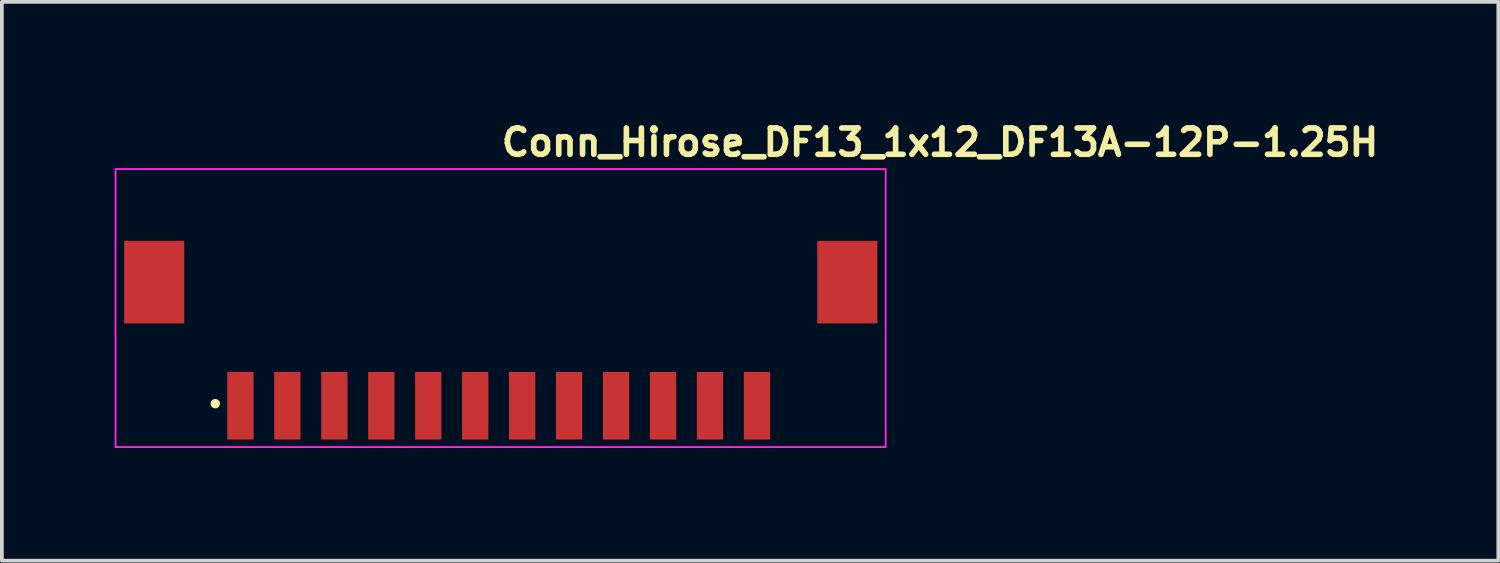
<source format=kicad_pcb>
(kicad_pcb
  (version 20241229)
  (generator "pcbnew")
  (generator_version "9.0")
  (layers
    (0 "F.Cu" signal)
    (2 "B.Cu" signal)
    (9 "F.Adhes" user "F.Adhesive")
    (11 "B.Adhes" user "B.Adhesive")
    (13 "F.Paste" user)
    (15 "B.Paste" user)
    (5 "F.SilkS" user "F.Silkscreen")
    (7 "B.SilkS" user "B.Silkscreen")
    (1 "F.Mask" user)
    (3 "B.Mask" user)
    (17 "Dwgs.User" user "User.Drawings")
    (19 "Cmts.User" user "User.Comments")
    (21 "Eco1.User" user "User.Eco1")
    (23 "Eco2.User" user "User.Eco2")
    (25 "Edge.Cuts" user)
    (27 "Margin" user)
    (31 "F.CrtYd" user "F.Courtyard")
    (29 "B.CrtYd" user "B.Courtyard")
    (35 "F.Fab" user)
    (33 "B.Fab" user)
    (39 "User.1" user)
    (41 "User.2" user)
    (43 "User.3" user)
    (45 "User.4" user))
  (footprint "Conn_Hirose_DF13_1x12_DF13A-12P-1.25H"
    (layer "F.Cu")
    (at 10.225 5.05)
    (property "Reference" "Conn_Hirose_DF13_1x12_DF13A-12P-1.25H" (at 0 -3.9 180) (layer "F.SilkS") (effects (font (size 0.7 0.7) (thickness 0.15)) (justify left bottom)))
    (attr smd)
    (fp_circle (center -7.545 2.645) (end -7.495 2.645) (stroke (width 0.15) (type solid)) (fill yes) (layer "F.SilkS"))
    (fp_rect (start -10.2 -3.6) (end 10.3 3.8) (stroke (width 0.05) (type solid)) (fill no) (layer "F.CrtYd"))
    (fp_rect (start -9.825 -3.25) (end 9.825 3.25) (stroke (width 0.1) (type solid)) (fill no) (layer "User.5"))
    (fp_line (start -9.825 -1.45) (end -9.825 -0.8) (stroke (width 0.02) (type solid)) (layer "User.9"))
    (fp_line (start -9.825 -1.45) (end -9.708 -1.45) (stroke (width 0.02) (type solid)) (layer "User.9"))
    (fp_line (start -9.825 -0.8) (end -9.708 -0.8) (stroke (width 0.02) (type solid)) (layer "User.9"))
    (fp_line (start -9.825 -0.3) (end -9.825 -0.8) (stroke (width 0.02) (type solid)) (layer "User.9"))
    (fp_line (start -9.825 -0.3) (end -9.825 0.35) (stroke (width 0.02) (type solid)) (layer "User.9"))
    (fp_line (start -9.825 -0.3) (end -9.708 -0.3) (stroke (width 0.02) (type solid)) (layer "User.9"))
    (fp_line (start -9.825 0.35) (end -9.708 0.35) (stroke (width 0.02) (type solid)) (layer "User.9"))
    (fp_line (start -9.708 -1.45) (end -9.708 -1.45) (stroke (width 0.02) (type solid)) (layer "User.9"))
    (fp_line (start -9.708 -1.45) (end -9.425 -1.45) (stroke (width 0.02) (type solid)) (layer "User.9"))
    (fp_line (start -9.708 -0.8) (end -9.708 -0.8) (stroke (width 0.02) (type solid)) (layer "User.9"))
    (fp_line (start -9.708 -0.8) (end -9.425 -0.8) (stroke (width 0.02) (type solid)) (layer "User.9"))
    (fp_line (start -9.708 -0.3) (end -9.708 -0.3) (stroke (width 0.02) (type solid)) (layer "User.9"))
    (fp_line (start -9.708 -0.3) (end -9.425 -0.3) (stroke (width 0.02) (type solid)) (layer "User.9"))
    (fp_line (start -9.708 0.35) (end -9.708 0.35) (stroke (width 0.02) (type solid)) (layer "User.9"))
    (fp_line (start -9.708 0.35) (end -9.425 0.35) (stroke (width 0.02) (type solid)) (layer "User.9"))
    (fp_line (start -9.625 -0.3) (end -9.625 -0.8) (stroke (width 0.02) (type solid)) (layer "User.9"))
    (fp_line (start -9.425 -0.8) (end -9.025 -0.8) (stroke (width 0.02) (type solid)) (layer "User.9"))
    (fp_line (start -9.425 0.35) (end -8.725 0.35) (stroke (width 0.02) (type solid)) (layer "User.9"))
    (fp_line (start -9.075 -2.25) (end -8.325 -2.25) (stroke (width 0.02) (type solid)) (layer "User.9"))
    (fp_line (start -9.075 -1.45) (end -9.075 -2.25) (stroke (width 0.02) (type solid)) (layer "User.9"))
    (fp_line (start -9.075 1.15) (end -9.075 0.35) (stroke (width 0.02) (type solid)) (layer "User.9"))
    (fp_line (start -9.075 1.15) (end -8.325 1.15) (stroke (width 0.02) (type solid)) (layer "User.9"))
    (fp_line (start -9.025 -0.8) (end -9.025 -0.3) (stroke (width 0.02) (type solid)) (layer "User.9"))
    (fp_line (start -9.025 -0.3) (end -9.425 -0.3) (stroke (width 0.02) (type solid)) (layer "User.9"))
    (fp_line (start -8.725 -1.45) (end -9.425 -1.45) (stroke (width 0.02) (type solid)) (layer "User.9"))
    (fp_line (start -8.725 -1.45) (end -8.442 -1.45) (stroke (width 0.02) (type solid)) (layer "User.9"))
    (fp_line (start -8.725 0.35) (end -8.442 0.35) (stroke (width 0.02) (type solid)) (layer "User.9"))
    (fp_line (start -8.535 -1.75) (end -8.325 -1.75) (stroke (width 0.02) (type solid)) (layer "User.9"))
    (fp_line (start -8.535 -1.45) (end -8.535 -1.75) (stroke (width 0.02) (type solid)) (layer "User.9"))
    (fp_line (start -8.535 0.65) (end -8.535 0.35) (stroke (width 0.02) (type solid)) (layer "User.9"))
    (fp_line (start -8.535 0.65) (end -8.325 0.65) (stroke (width 0.02) (type solid)) (layer "User.9"))
    (fp_line (start -8.525 -1.732) (end -8.525 -1.75) (stroke (width 0.02) (type solid)) (layer "User.9"))
    (fp_line (start -8.525 -1.732) (end -8.525 -1.55) (stroke (width 0.02) (type solid)) (layer "User.9"))
    (fp_line (start -8.525 -1.55) (end -8.325 -1.55) (stroke (width 0.02) (type solid)) (layer "User.9"))
    (fp_line (start -8.525 -1.45) (end -8.525 -1.55) (stroke (width 0.02) (type solid)) (layer "User.9"))
    (fp_line (start -8.525 0.451) (end -8.525 0.35) (stroke (width 0.02) (type solid)) (layer "User.9"))
    (fp_line (start -8.525 0.633) (end -8.525 0.451) (stroke (width 0.02) (type solid)) (layer "User.9"))
    (fp_line (start -8.525 0.65) (end -8.525 0.633) (stroke (width 0.02) (type solid)) (layer "User.9"))
    (fp_line (start -8.442 -1.45) (end -8.442 -1.45) (stroke (width 0.02) (type solid)) (layer "User.9"))
    (fp_line (start -8.442 -1.45) (end -8.325 -1.45) (stroke (width 0.02) (type solid)) (layer "User.9"))
    (fp_line (start -8.442 0.35) (end -8.442 0.35) (stroke (width 0.02) (type solid)) (layer "User.9"))
    (fp_line (start -8.442 0.35) (end -8.325 0.35) (stroke (width 0.02) (type solid)) (layer "User.9"))
    (fp_line (start -8.325 -3.25) (end -7.35 -3.25) (stroke (width 0.02) (type solid)) (layer "User.9"))
    (fp_line (start -8.325 0.451) (end -8.525 0.451) (stroke (width 0.02) (type solid)) (layer "User.9"))
    (fp_line (start -8.325 1.75) (end -8.325 -3.25) (stroke (width 0.02) (type solid)) (layer "User.9"))
    (fp_line (start -7.35 -3.25) (end -7.35 1.75) (stroke (width 0.02) (type solid)) (layer "User.9"))
    (fp_line (start -7.35 0.85) (end 7.35 0.85) (stroke (width 0.02) (type solid)) (layer "User.9"))
    (fp_line (start -7.35 1.75) (end -8.325 1.75) (stroke (width 0.02) (type solid)) (layer "User.9"))
    (fp_line (start -7.35 1.75) (end -7.05 1.75) (stroke (width 0.02) (type solid)) (layer "User.9"))
    (fp_line (start -7.05 1.05) (end -7.05 1.2) (stroke (width 0.02) (type solid)) (layer "User.9"))
    (fp_line (start -7.05 1.05) (end -6.7 1.05) (stroke (width 0.02) (type solid)) (layer "User.9"))
    (fp_line (start -7.05 1.3) (end -6.7 1.3) (stroke (width 0.02) (type solid)) (layer "User.9"))
    (fp_line (start -7.05 1.303) (end -7.05 1.05) (stroke (width 0.02) (type solid)) (layer "User.9"))
    (fp_line (start -7.05 1.303) (end -7.05 1.45) (stroke (width 0.02) (type solid)) (layer "User.9"))
    (fp_line (start -7.05 1.45) (end -7.05 1.45) (stroke (width 0.02) (type solid)) (layer "User.9"))
    (fp_line (start -7.05 1.45) (end -7.05 1.75) (stroke (width 0.02) (type solid)) (layer "User.9"))
    (fp_line (start -7.05 1.75) (end -7.05 2.95) (stroke (width 0.02) (type solid)) (layer "User.9"))
    (fp_line (start -7.05 2.95) (end -6.975 3.25) (stroke (width 0.02) (type solid)) (layer "User.9"))
    (fp_line (start -6.975 3.25) (end -6.775 3.25) (stroke (width 0.02) (type solid)) (layer "User.9"))
    (fp_line (start -6.775 3.25) (end -6.7 2.95) (stroke (width 0.02) (type solid)) (layer "User.9"))
    (fp_line (start -6.7 1.05) (end -6.7 1.2) (stroke (width 0.02) (type solid)) (layer "User.9"))
    (fp_line (start -6.7 1.05) (end -6.699 1.05) (stroke (width 0.02) (type solid)) (layer "User.9"))
    (fp_line (start -6.7 1.2) (end -6.7 1.3) (stroke (width 0.02) (type solid)) (layer "User.9"))
    (fp_line (start -6.7 1.3) (end -6.7 1.432) (stroke (width 0.02) (type solid)) (layer "User.9"))
    (fp_line (start -6.7 1.432) (end -6.7 1.432) (stroke (width 0.02) (type solid)) (layer "User.9"))
    (fp_line (start -6.7 1.432) (end -6.7 1.75) (stroke (width 0.02) (type solid)) (layer "User.9"))
    (fp_line (start -6.7 1.55) (end -6.699 1.55) (stroke (width 0.02) (type solid)) (layer "User.9"))
    (fp_line (start -6.7 1.75) (end -6.7 2.95) (stroke (width 0.02) (type solid)) (layer "User.9"))
    (fp_line (start -6.7 2.95) (end -7.05 2.95) (stroke (width 0.02) (type solid)) (layer "User.9"))
    (fp_line (start -6.699 1.05) (end -7.05 1.05) (stroke (width 0.02) (type solid)) (layer "User.9"))
    (fp_line (start -6.699 1.75) (end -6.699 1.05) (stroke (width 0.02) (type solid)) (layer "User.9"))
    (fp_line (start -5.801 1.05) (end -5.8 1.05) (stroke (width 0.02) (type solid)) (layer "User.9"))
    (fp_line (start -5.801 1.05) (end -5.449 1.05) (stroke (width 0.02) (type solid)) (layer "User.9"))
    (fp_line (start -5.801 1.55) (end -5.8 1.55) (stroke (width 0.02) (type solid)) (layer "User.9"))
    (fp_line (start -5.801 1.75) (end -6.699 1.75) (stroke (width 0.02) (type solid)) (layer "User.9"))
    (fp_line (start -5.801 1.75) (end -5.801 1.05) (stroke (width 0.02) (type solid)) (layer "User.9"))
    (fp_line (start -5.8 1.05) (end -5.8 1.2) (stroke (width 0.02) (type solid)) (layer "User.9"))
    (fp_line (start -5.8 1.2) (end -5.8 1.3) (stroke (width 0.02) (type solid)) (layer "User.9"))
    (fp_line (start -5.8 1.3) (end -5.8 1.432) (stroke (width 0.02) (type solid)) (layer "User.9"))
    (fp_line (start -5.8 1.3) (end -5.45 1.3) (stroke (width 0.02) (type solid)) (layer "User.9"))
    (fp_line (start -5.8 1.432) (end -5.8 1.432) (stroke (width 0.02) (type solid)) (layer "User.9"))
    (fp_line (start -5.8 1.432) (end -5.8 1.75) (stroke (width 0.02) (type solid)) (layer "User.9"))
    (fp_line (start -5.8 1.75) (end -5.8 2.95) (stroke (width 0.02) (type solid)) (layer "User.9"))
    (fp_line (start -5.8 2.95) (end -5.725 3.25) (stroke (width 0.02) (type solid)) (layer "User.9"))
    (fp_line (start -5.725 3.25) (end -5.525 3.25) (stroke (width 0.02) (type solid)) (layer "User.9"))
    (fp_line (start -5.525 3.25) (end -5.45 2.95) (stroke (width 0.02) (type solid)) (layer "User.9"))
    (fp_line (start -5.45 1.05) (end -5.45 1.2) (stroke (width 0.02) (type solid)) (layer "User.9"))
    (fp_line (start -5.45 1.05) (end -5.449 1.05) (stroke (width 0.02) (type solid)) (layer "User.9"))
    (fp_line (start -5.45 1.2) (end -5.45 1.3) (stroke (width 0.02) (type solid)) (layer "User.9"))
    (fp_line (start -5.45 1.3) (end -5.45 1.432) (stroke (width 0.02) (type solid)) (layer "User.9"))
    (fp_line (start -5.45 1.432) (end -5.45 1.432) (stroke (width 0.02) (type solid)) (layer "User.9"))
    (fp_line (start -5.45 1.432) (end -5.45 1.75) (stroke (width 0.02) (type solid)) (layer "User.9"))
    (fp_line (start -5.45 1.55) (end -5.449 1.55) (stroke (width 0.02) (type solid)) (layer "User.9"))
    (fp_line (start -5.45 1.75) (end -5.45 2.95) (stroke (width 0.02) (type solid)) (layer "User.9"))
    (fp_line (start -5.45 2.95) (end -5.8 2.95) (stroke (width 0.02) (type solid)) (layer "User.9"))
    (fp_line (start -5.449 1.75) (end -5.449 1.05) (stroke (width 0.02) (type solid)) (layer "User.9"))
    (fp_line (start -5.449 1.75) (end -4.551 1.75) (stroke (width 0.02) (type solid)) (layer "User.9"))
    (fp_line (start -4.551 1.05) (end -4.55 1.05) (stroke (width 0.02) (type solid)) (layer "User.9"))
    (fp_line (start -4.551 1.05) (end -4.199 1.05) (stroke (width 0.02) (type solid)) (layer "User.9"))
    (fp_line (start -4.551 1.55) (end -4.55 1.55) (stroke (width 0.02) (type solid)) (layer "User.9"))
    (fp_line (start -4.551 1.75) (end -4.551 1.05) (stroke (width 0.02) (type solid)) (layer "User.9"))
    (fp_line (start -4.55 1.05) (end -4.55 1.2) (stroke (width 0.02) (type solid)) (layer "User.9"))
    (fp_line (start -4.55 1.2) (end -4.55 1.3) (stroke (width 0.02) (type solid)) (layer "User.9"))
    (fp_line (start -4.55 1.3) (end -4.55 1.432) (stroke (width 0.02) (type solid)) (layer "User.9"))
    (fp_line (start -4.55 1.3) (end -4.2 1.3) (stroke (width 0.02) (type solid)) (layer "User.9"))
    (fp_line (start -4.55 1.432) (end -4.55 1.432) (stroke (width 0.02) (type solid)) (layer "User.9"))
    (fp_line (start -4.55 1.432) (end -4.55 1.75) (stroke (width 0.02) (type solid)) (layer "User.9"))
    (fp_line (start -4.55 1.75) (end -4.55 2.95) (stroke (width 0.02) (type solid)) (layer "User.9"))
    (fp_line (start -4.55 2.95) (end -4.475 3.25) (stroke (width 0.02) (type solid)) (layer "User.9"))
    (fp_line (start -4.475 3.25) (end -4.275 3.25) (stroke (width 0.02) (type solid)) (layer "User.9"))
    (fp_line (start -4.275 3.25) (end -4.2 2.95) (stroke (width 0.02) (type solid)) (layer "User.9"))
    (fp_line (start -4.2 1.05) (end -4.2 1.2) (stroke (width 0.02) (type solid)) (layer "User.9"))
    (fp_line (start -4.2 1.05) (end -4.199 1.05) (stroke (width 0.02) (type solid)) (layer "User.9"))
    (fp_line (start -4.2 1.2) (end -4.2 1.3) (stroke (width 0.02) (type solid)) (layer "User.9"))
    (fp_line (start -4.2 1.3) (end -4.2 1.432) (stroke (width 0.02) (type solid)) (layer "User.9"))
    (fp_line (start -4.2 1.432) (end -4.2 1.432) (stroke (width 0.02) (type solid)) (layer "User.9"))
    (fp_line (start -4.2 1.432) (end -4.2 1.75) (stroke (width 0.02) (type solid)) (layer "User.9"))
    (fp_line (start -4.2 1.55) (end -4.199 1.55) (stroke (width 0.02) (type solid)) (layer "User.9"))
    (fp_line (start -4.2 1.75) (end -4.2 2.95) (stroke (width 0.02) (type solid)) (layer "User.9"))
    (fp_line (start -4.2 2.95) (end -4.55 2.95) (stroke (width 0.02) (type solid)) (layer "User.9"))
    (fp_line (start -4.199 1.75) (end -4.199 1.05) (stroke (width 0.02) (type solid)) (layer "User.9"))
    (fp_line (start -4.199 1.75) (end -3.301 1.75) (stroke (width 0.02) (type solid)) (layer "User.9"))
    (fp_line (start -3.301 1.05) (end -3.3 1.05) (stroke (width 0.02) (type solid)) (layer "User.9"))
    (fp_line (start -3.301 1.05) (end -2.949 1.05) (stroke (width 0.02) (type solid)) (layer "User.9"))
    (fp_line (start -3.301 1.55) (end -3.3 1.55) (stroke (width 0.02) (type solid)) (layer "User.9"))
    (fp_line (start -3.301 1.75) (end -3.301 1.05) (stroke (width 0.02) (type solid)) (layer "User.9"))
    (fp_line (start -3.3 1.05) (end -3.3 1.2) (stroke (width 0.02) (type solid)) (layer "User.9"))
    (fp_line (start -3.3 1.2) (end -3.3 1.3) (stroke (width 0.02) (type solid)) (layer "User.9"))
    (fp_line (start -3.3 1.3) (end -3.3 1.432) (stroke (width 0.02) (type solid)) (layer "User.9"))
    (fp_line (start -3.3 1.3) (end -2.95 1.3) (stroke (width 0.02) (type solid)) (layer "User.9"))
    (fp_line (start -3.3 1.432) (end -3.3 1.432) (stroke (width 0.02) (type solid)) (layer "User.9"))
    (fp_line (start -3.3 1.432) (end -3.3 1.75) (stroke (width 0.02) (type solid)) (layer "User.9"))
    (fp_line (start -3.3 1.75) (end -3.3 2.95) (stroke (width 0.02) (type solid)) (layer "User.9"))
    (fp_line (start -3.3 2.95) (end -3.225 3.25) (stroke (width 0.02) (type solid)) (layer "User.9"))
    (fp_line (start -3.225 3.25) (end -3.025 3.25) (stroke (width 0.02) (type solid)) (layer "User.9"))
    (fp_line (start -3.025 3.25) (end -2.95 2.95) (stroke (width 0.02) (type solid)) (layer "User.9"))
    (fp_line (start -2.95 1.05) (end -2.95 1.2) (stroke (width 0.02) (type solid)) (layer "User.9"))
    (fp_line (start -2.95 1.05) (end -2.949 1.05) (stroke (width 0.02) (type solid)) (layer "User.9"))
    (fp_line (start -2.95 1.2) (end -2.95 1.3) (stroke (width 0.02) (type solid)) (layer "User.9"))
    (fp_line (start -2.95 1.3) (end -2.95 1.432) (stroke (width 0.02) (type solid)) (layer "User.9"))
    (fp_line (start -2.95 1.432) (end -2.95 1.432) (stroke (width 0.02) (type solid)) (layer "User.9"))
    (fp_line (start -2.95 1.432) (end -2.95 1.75) (stroke (width 0.02) (type solid)) (layer "User.9"))
    (fp_line (start -2.95 1.55) (end -2.949 1.55) (stroke (width 0.02) (type solid)) (layer "User.9"))
    (fp_line (start -2.95 1.75) (end -2.95 2.95) (stroke (width 0.02) (type solid)) (layer "User.9"))
    (fp_line (start -2.95 2.95) (end -3.3 2.95) (stroke (width 0.02) (type solid)) (layer "User.9"))
    (fp_line (start -2.949 1.75) (end -2.949 1.05) (stroke (width 0.02) (type solid)) (layer "User.9"))
    (fp_line (start -2.949 1.75) (end -2.051 1.75) (stroke (width 0.02) (type solid)) (layer "User.9"))
    (fp_line (start -2.051 1.05) (end -2.05 1.05) (stroke (width 0.02) (type solid)) (layer "User.9"))
    (fp_line (start -2.051 1.05) (end -1.699 1.05) (stroke (width 0.02) (type solid)) (layer "User.9"))
    (fp_line (start -2.051 1.55) (end -2.05 1.55) (stroke (width 0.02) (type solid)) (layer "User.9"))
    (fp_line (start -2.051 1.75) (end -2.051 1.05) (stroke (width 0.02) (type solid)) (layer "User.9"))
    (fp_line (start -2.05 1.05) (end -2.05 1.2) (stroke (width 0.02) (type solid)) (layer "User.9"))
    (fp_line (start -2.05 1.2) (end -2.05 1.3) (stroke (width 0.02) (type solid)) (layer "User.9"))
    (fp_line (start -2.05 1.3) (end -2.05 1.432) (stroke (width 0.02) (type solid)) (layer "User.9"))
    (fp_line (start -2.05 1.3) (end -1.7 1.3) (stroke (width 0.02) (type solid)) (layer "User.9"))
    (fp_line (start -2.05 1.432) (end -2.05 1.432) (stroke (width 0.02) (type solid)) (layer "User.9"))
    (fp_line (start -2.05 1.432) (end -2.05 1.75) (stroke (width 0.02) (type solid)) (layer "User.9"))
    (fp_line (start -2.05 1.75) (end -2.05 2.95) (stroke (width 0.02) (type solid)) (layer "User.9"))
    (fp_line (start -2.05 2.95) (end -1.975 3.25) (stroke (width 0.02) (type solid)) (layer "User.9"))
    (fp_line (start -1.975 3.25) (end -1.775 3.25) (stroke (width 0.02) (type solid)) (layer "User.9"))
    (fp_line (start -1.775 3.25) (end -1.7 2.95) (stroke (width 0.02) (type solid)) (layer "User.9"))
    (fp_line (start -1.7 1.05) (end -1.7 1.2) (stroke (width 0.02) (type solid)) (layer "User.9"))
    (fp_line (start -1.7 1.05) (end -1.699 1.05) (stroke (width 0.02) (type solid)) (layer "User.9"))
    (fp_line (start -1.7 1.2) (end -1.7 1.3) (stroke (width 0.02) (type solid)) (layer "User.9"))
    (fp_line (start -1.7 1.3) (end -1.7 1.432) (stroke (width 0.02) (type solid)) (layer "User.9"))
    (fp_line (start -1.7 1.432) (end -1.7 1.432) (stroke (width 0.02) (type solid)) (layer "User.9"))
    (fp_line (start -1.7 1.432) (end -1.7 1.75) (stroke (width 0.02) (type solid)) (layer "User.9"))
    (fp_line (start -1.7 1.55) (end -1.699 1.55) (stroke (width 0.02) (type solid)) (layer "User.9"))
    (fp_line (start -1.7 1.75) (end -1.7 2.95) (stroke (width 0.02) (type solid)) (layer "User.9"))
    (fp_line (start -1.7 2.95) (end -2.05 2.95) (stroke (width 0.02) (type solid)) (layer "User.9"))
    (fp_line (start -1.699 1.75) (end -1.699 1.05) (stroke (width 0.02) (type solid)) (layer "User.9"))
    (fp_line (start -1.699 1.75) (end -0.801 1.75) (stroke (width 0.02) (type solid)) (layer "User.9"))
    (fp_line (start -0.801 1.05) (end -0.8 1.05) (stroke (width 0.02) (type solid)) (layer "User.9"))
    (fp_line (start -0.801 1.55) (end -0.8 1.55) (stroke (width 0.02) (type solid)) (layer "User.9"))
    (fp_line (start -0.801 1.75) (end -0.801 1.05) (stroke (width 0.02) (type solid)) (layer "User.9"))
    (fp_line (start -0.8 1.05) (end -0.8 1.2) (stroke (width 0.02) (type solid)) (layer "User.9"))
    (fp_line (start -0.8 1.2) (end -0.8 1.3) (stroke (width 0.02) (type solid)) (layer "User.9"))
    (fp_line (start -0.8 1.3) (end -0.8 1.432) (stroke (width 0.02) (type solid)) (layer "User.9"))
    (fp_line (start -0.8 1.3) (end -0.45 1.3) (stroke (width 0.02) (type solid)) (layer "User.9"))
    (fp_line (start -0.8 1.432) (end -0.8 1.432) (stroke (width 0.02) (type solid)) (layer "User.9"))
    (fp_line (start -0.8 1.432) (end -0.8 1.75) (stroke (width 0.02) (type solid)) (layer "User.9"))
    (fp_line (start -0.8 1.75) (end -0.8 2.95) (stroke (width 0.02) (type solid)) (layer "User.9"))
    (fp_line (start -0.8 2.95) (end -0.725 3.25) (stroke (width 0.02) (type solid)) (layer "User.9"))
    (fp_line (start -0.725 3.25) (end -0.525 3.25) (stroke (width 0.02) (type solid)) (layer "User.9"))
    (fp_line (start -0.525 3.25) (end -0.45 2.95) (stroke (width 0.02) (type solid)) (layer "User.9"))
    (fp_line (start -0.45 1.05) (end -0.45 1.2) (stroke (width 0.02) (type solid)) (layer "User.9"))
    (fp_line (start -0.45 1.05) (end -0.449 1.05) (stroke (width 0.02) (type solid)) (layer "User.9"))
    (fp_line (start -0.45 1.2) (end -0.45 1.3) (stroke (width 0.02) (type solid)) (layer "User.9"))
    (fp_line (start -0.45 1.3) (end -0.45 1.432) (stroke (width 0.02) (type solid)) (layer "User.9"))
    (fp_line (start -0.45 1.432) (end -0.45 1.432) (stroke (width 0.02) (type solid)) (layer "User.9"))
    (fp_line (start -0.45 1.432) (end -0.45 1.75) (stroke (width 0.02) (type solid)) (layer "User.9"))
    (fp_line (start -0.45 1.55) (end -0.449 1.55) (stroke (width 0.02) (type solid)) (layer "User.9"))
    (fp_line (start -0.45 1.75) (end -0.45 2.95) (stroke (width 0.02) (type solid)) (layer "User.9"))
    (fp_line (start -0.45 2.95) (end -0.8 2.95) (stroke (width 0.02) (type solid)) (layer "User.9"))
    (fp_line (start -0.449 1.05) (end -0.801 1.05) (stroke (width 0.02) (type solid)) (layer "User.9"))
    (fp_line (start -0.449 1.75) (end -0.449 1.05) (stroke (width 0.02) (type solid)) (layer "User.9"))
    (fp_line (start -0.449 1.75) (end 0.449 1.75) (stroke (width 0.02) (type solid)) (layer "User.9"))
    (fp_line (start 0.449 1.05) (end 0.45 1.05) (stroke (width 0.02) (type solid)) (layer "User.9"))
    (fp_line (start 0.449 1.05) (end 0.801 1.05) (stroke (width 0.02) (type solid)) (layer "User.9"))
    (fp_line (start 0.449 1.55) (end 0.45 1.55) (stroke (width 0.02) (type solid)) (layer "User.9"))
    (fp_line (start 0.449 1.75) (end 0.449 1.05) (stroke (width 0.02) (type solid)) (layer "User.9"))
    (fp_line (start 0.45 1.05) (end 0.45 1.2) (stroke (width 0.02) (type solid)) (layer "User.9"))
    (fp_line (start 0.45 1.2) (end 0.45 1.3) (stroke (width 0.02) (type solid)) (layer "User.9"))
    (fp_line (start 0.45 1.3) (end 0.45 1.432) (stroke (width 0.02) (type solid)) (layer "User.9"))
    (fp_line (start 0.45 1.3) (end 0.8 1.3) (stroke (width 0.02) (type solid)) (layer "User.9"))
    (fp_line (start 0.45 1.432) (end 0.45 1.432) (stroke (width 0.02) (type solid)) (layer "User.9"))
    (fp_line (start 0.45 1.432) (end 0.45 1.75) (stroke (width 0.02) (type solid)) (layer "User.9"))
    (fp_line (start 0.45 1.75) (end 0.45 2.95) (stroke (width 0.02) (type solid)) (layer "User.9"))
    (fp_line (start 0.45 2.95) (end 0.525 3.25) (stroke (width 0.02) (type solid)) (layer "User.9"))
    (fp_line (start 0.525 3.25) (end 0.725 3.25) (stroke (width 0.02) (type solid)) (layer "User.9"))
    (fp_line (start 0.725 3.25) (end 0.8 2.95) (stroke (width 0.02) (type solid)) (layer "User.9"))
    (fp_line (start 0.8 1.05) (end 0.8 1.2) (stroke (width 0.02) (type solid)) (layer "User.9"))
    (fp_line (start 0.8 1.05) (end 0.801 1.05) (stroke (width 0.02) (type solid)) (layer "User.9"))
    (fp_line (start 0.8 1.2) (end 0.8 1.3) (stroke (width 0.02) (type solid)) (layer "User.9"))
    (fp_line (start 0.8 1.3) (end 0.8 1.432) (stroke (width 0.02) (type solid)) (layer "User.9"))
    (fp_line (start 0.8 1.432) (end 0.8 1.432) (stroke (width 0.02) (type solid)) (layer "User.9"))
    (fp_line (start 0.8 1.432) (end 0.8 1.75) (stroke (width 0.02) (type solid)) (layer "User.9"))
    (fp_line (start 0.8 1.55) (end 0.801 1.55) (stroke (width 0.02) (type solid)) (layer "User.9"))
    (fp_line (start 0.8 1.75) (end 0.8 2.95) (stroke (width 0.02) (type solid)) (layer "User.9"))
    (fp_line (start 0.8 2.95) (end 0.45 2.95) (stroke (width 0.02) (type solid)) (layer "User.9"))
    (fp_line (start 0.801 1.75) (end 0.801 1.05) (stroke (width 0.02) (type solid)) (layer "User.9"))
    (fp_line (start 1.699 1.05) (end 1.7 1.05) (stroke (width 0.02) (type solid)) (layer "User.9"))
    (fp_line (start 1.699 1.55) (end 1.7 1.55) (stroke (width 0.02) (type solid)) (layer "User.9"))
    (fp_line (start 1.699 1.75) (end 0.801 1.75) (stroke (width 0.02) (type solid)) (layer "User.9"))
    (fp_line (start 1.699 1.75) (end 1.699 1.05) (stroke (width 0.02) (type solid)) (layer "User.9"))
    (fp_line (start 1.7 1.05) (end 1.7 1.2) (stroke (width 0.02) (type solid)) (layer "User.9"))
    (fp_line (start 1.7 1.2) (end 1.7 1.3) (stroke (width 0.02) (type solid)) (layer "User.9"))
    (fp_line (start 1.7 1.3) (end 1.7 1.432) (stroke (width 0.02) (type solid)) (layer "User.9"))
    (fp_line (start 1.7 1.3) (end 2.05 1.3) (stroke (width 0.02) (type solid)) (layer "User.9"))
    (fp_line (start 1.7 1.432) (end 1.7 1.432) (stroke (width 0.02) (type solid)) (layer "User.9"))
    (fp_line (start 1.7 1.432) (end 1.7 1.75) (stroke (width 0.02) (type solid)) (layer "User.9"))
    (fp_line (start 1.7 1.75) (end 1.7 2.95) (stroke (width 0.02) (type solid)) (layer "User.9"))
    (fp_line (start 1.7 2.95) (end 1.775 3.25) (stroke (width 0.02) (type solid)) (layer "User.9"))
    (fp_line (start 1.775 3.25) (end 1.975 3.25) (stroke (width 0.02) (type solid)) (layer "User.9"))
    (fp_line (start 1.975 3.25) (end 2.05 2.95) (stroke (width 0.02) (type solid)) (layer "User.9"))
    (fp_line (start 2.05 1.05) (end 2.05 1.2) (stroke (width 0.02) (type solid)) (layer "User.9"))
    (fp_line (start 2.05 1.05) (end 2.051 1.05) (stroke (width 0.02) (type solid)) (layer "User.9"))
    (fp_line (start 2.05 1.2) (end 2.05 1.3) (stroke (width 0.02) (type solid)) (layer "User.9"))
    (fp_line (start 2.05 1.3) (end 2.05 1.432) (stroke (width 0.02) (type solid)) (layer "User.9"))
    (fp_line (start 2.05 1.432) (end 2.05 1.432) (stroke (width 0.02) (type solid)) (layer "User.9"))
    (fp_line (start 2.05 1.432) (end 2.05 1.75) (stroke (width 0.02) (type solid)) (layer "User.9"))
    (fp_line (start 2.05 1.55) (end 2.051 1.55) (stroke (width 0.02) (type solid)) (layer "User.9"))
    (fp_line (start 2.05 1.75) (end 2.05 2.95) (stroke (width 0.02) (type solid)) (layer "User.9"))
    (fp_line (start 2.05 2.95) (end 1.7 2.95) (stroke (width 0.02) (type solid)) (layer "User.9"))
    (fp_line (start 2.051 1.05) (end 1.699 1.05) (stroke (width 0.02) (type solid)) (layer "User.9"))
    (fp_line (start 2.051 1.75) (end 2.051 1.05) (stroke (width 0.02) (type solid)) (layer "User.9"))
    (fp_line (start 2.949 1.05) (end 2.95 1.05) (stroke (width 0.02) (type solid)) (layer "User.9"))
    (fp_line (start 2.949 1.55) (end 2.95 1.55) (stroke (width 0.02) (type solid)) (layer "User.9"))
    (fp_line (start 2.949 1.75) (end 2.051 1.75) (stroke (width 0.02) (type solid)) (layer "User.9"))
    (fp_line (start 2.949 1.75) (end 2.949 1.05) (stroke (width 0.02) (type solid)) (layer "User.9"))
    (fp_line (start 2.95 1.05) (end 2.95 1.2) (stroke (width 0.02) (type solid)) (layer "User.9"))
    (fp_line (start 2.95 1.2) (end 2.95 1.3) (stroke (width 0.02) (type solid)) (layer "User.9"))
    (fp_line (start 2.95 1.3) (end 2.95 1.432) (stroke (width 0.02) (type solid)) (layer "User.9"))
    (fp_line (start 2.95 1.3) (end 3.3 1.3) (stroke (width 0.02) (type solid)) (layer "User.9"))
    (fp_line (start 2.95 1.432) (end 2.95 1.432) (stroke (width 0.02) (type solid)) (layer "User.9"))
    (fp_line (start 2.95 1.432) (end 2.95 1.75) (stroke (width 0.02) (type solid)) (layer "User.9"))
    (fp_line (start 2.95 1.75) (end 2.95 2.95) (stroke (width 0.02) (type solid)) (layer "User.9"))
    (fp_line (start 2.95 2.95) (end 3.025 3.25) (stroke (width 0.02) (type solid)) (layer "User.9"))
    (fp_line (start 3.025 3.25) (end 3.225 3.25) (stroke (width 0.02) (type solid)) (layer "User.9"))
    (fp_line (start 3.225 3.25) (end 3.3 2.95) (stroke (width 0.02) (type solid)) (layer "User.9"))
    (fp_line (start 3.3 1.05) (end 3.3 1.2) (stroke (width 0.02) (type solid)) (layer "User.9"))
    (fp_line (start 3.3 1.05) (end 3.301 1.05) (stroke (width 0.02) (type solid)) (layer "User.9"))
    (fp_line (start 3.3 1.2) (end 3.3 1.3) (stroke (width 0.02) (type solid)) (layer "User.9"))
    (fp_line (start 3.3 1.3) (end 3.3 1.432) (stroke (width 0.02) (type solid)) (layer "User.9"))
    (fp_line (start 3.3 1.432) (end 3.3 1.432) (stroke (width 0.02) (type solid)) (layer "User.9"))
    (fp_line (start 3.3 1.432) (end 3.3 1.75) (stroke (width 0.02) (type solid)) (layer "User.9"))
    (fp_line (start 3.3 1.55) (end 3.301 1.55) (stroke (width 0.02) (type solid)) (layer "User.9"))
    (fp_line (start 3.3 1.75) (end 3.3 2.95) (stroke (width 0.02) (type solid)) (layer "User.9"))
    (fp_line (start 3.3 2.95) (end 2.95 2.95) (stroke (width 0.02) (type solid)) (layer "User.9"))
    (fp_line (start 3.301 1.05) (end 2.949 1.05) (stroke (width 0.02) (type solid)) (layer "User.9"))
    (fp_line (start 3.301 1.75) (end 3.301 1.05) (stroke (width 0.02) (type solid)) (layer "User.9"))
    (fp_line (start 4.199 1.05) (end 4.2 1.05) (stroke (width 0.02) (type solid)) (layer "User.9"))
    (fp_line (start 4.199 1.55) (end 4.2 1.55) (stroke (width 0.02) (type solid)) (layer "User.9"))
    (fp_line (start 4.199 1.75) (end 3.301 1.75) (stroke (width 0.02) (type solid)) (layer "User.9"))
    (fp_line (start 4.199 1.75) (end 4.199 1.05) (stroke (width 0.02) (type solid)) (layer "User.9"))
    (fp_line (start 4.2 1.05) (end 4.2 1.2) (stroke (width 0.02) (type solid)) (layer "User.9"))
    (fp_line (start 4.2 1.2) (end 4.2 1.3) (stroke (width 0.02) (type solid)) (layer "User.9"))
    (fp_line (start 4.2 1.3) (end 4.2 1.432) (stroke (width 0.02) (type solid)) (layer "User.9"))
    (fp_line (start 4.2 1.3) (end 4.55 1.3) (stroke (width 0.02) (type solid)) (layer "User.9"))
    (fp_line (start 4.2 1.432) (end 4.2 1.432) (stroke (width 0.02) (type solid)) (layer "User.9"))
    (fp_line (start 4.2 1.432) (end 4.2 1.75) (stroke (width 0.02) (type solid)) (layer "User.9"))
    (fp_line (start 4.2 1.75) (end 4.2 2.95) (stroke (width 0.02) (type solid)) (layer "User.9"))
    (fp_line (start 4.2 2.95) (end 4.275 3.25) (stroke (width 0.02) (type solid)) (layer "User.9"))
    (fp_line (start 4.275 3.25) (end 4.475 3.25) (stroke (width 0.02) (type solid)) (layer "User.9"))
    (fp_line (start 4.475 3.25) (end 4.55 2.95) (stroke (width 0.02) (type solid)) (layer "User.9"))
    (fp_line (start 4.55 1.05) (end 4.55 1.2) (stroke (width 0.02) (type solid)) (layer "User.9"))
    (fp_line (start 4.55 1.05) (end 4.551 1.05) (stroke (width 0.02) (type solid)) (layer "User.9"))
    (fp_line (start 4.55 1.2) (end 4.55 1.3) (stroke (width 0.02) (type solid)) (layer "User.9"))
    (fp_line (start 4.55 1.3) (end 4.55 1.432) (stroke (width 0.02) (type solid)) (layer "User.9"))
    (fp_line (start 4.55 1.432) (end 4.55 1.432) (stroke (width 0.02) (type solid)) (layer "User.9"))
    (fp_line (start 4.55 1.432) (end 4.55 1.75) (stroke (width 0.02) (type solid)) (layer "User.9"))
    (fp_line (start 4.55 1.55) (end 4.551 1.55) (stroke (width 0.02) (type solid)) (layer "User.9"))
    (fp_line (start 4.55 1.75) (end 4.55 2.95) (stroke (width 0.02) (type solid)) (layer "User.9"))
    (fp_line (start 4.55 2.95) (end 4.2 2.95) (stroke (width 0.02) (type solid)) (layer "User.9"))
    (fp_line (start 4.551 1.05) (end 4.199 1.05) (stroke (width 0.02) (type solid)) (layer "User.9"))
    (fp_line (start 4.551 1.75) (end 4.551 1.05) (stroke (width 0.02) (type solid)) (layer "User.9"))
    (fp_line (start 5.449 1.05) (end 5.45 1.05) (stroke (width 0.02) (type solid)) (layer "User.9"))
    (fp_line (start 5.449 1.55) (end 5.45 1.55) (stroke (width 0.02) (type solid)) (layer "User.9"))
    (fp_line (start 5.449 1.75) (end 4.551 1.75) (stroke (width 0.02) (type solid)) (layer "User.9"))
    (fp_line (start 5.449 1.75) (end 5.449 1.05) (stroke (width 0.02) (type solid)) (layer "User.9"))
    (fp_line (start 5.45 1.05) (end 5.45 1.2) (stroke (width 0.02) (type solid)) (layer "User.9"))
    (fp_line (start 5.45 1.2) (end 5.45 1.3) (stroke (width 0.02) (type solid)) (layer "User.9"))
    (fp_line (start 5.45 1.3) (end 5.45 1.432) (stroke (width 0.02) (type solid)) (layer "User.9"))
    (fp_line (start 5.45 1.3) (end 5.8 1.3) (stroke (width 0.02) (type solid)) (layer "User.9"))
    (fp_line (start 5.45 1.432) (end 5.45 1.432) (stroke (width 0.02) (type solid)) (layer "User.9"))
    (fp_line (start 5.45 1.432) (end 5.45 1.75) (stroke (width 0.02) (type solid)) (layer "User.9"))
    (fp_line (start 5.45 1.75) (end 5.45 2.95) (stroke (width 0.02) (type solid)) (layer "User.9"))
    (fp_line (start 5.45 2.95) (end 5.525 3.25) (stroke (width 0.02) (type solid)) (layer "User.9"))
    (fp_line (start 5.525 3.25) (end 5.725 3.25) (stroke (width 0.02) (type solid)) (layer "User.9"))
    (fp_line (start 5.725 3.25) (end 5.8 2.95) (stroke (width 0.02) (type solid)) (layer "User.9"))
    (fp_line (start 5.8 1.05) (end 5.8 1.2) (stroke (width 0.02) (type solid)) (layer "User.9"))
    (fp_line (start 5.8 1.05) (end 5.801 1.05) (stroke (width 0.02) (type solid)) (layer "User.9"))
    (fp_line (start 5.8 1.2) (end 5.8 1.3) (stroke (width 0.02) (type solid)) (layer "User.9"))
    (fp_line (start 5.8 1.3) (end 5.8 1.432) (stroke (width 0.02) (type solid)) (layer "User.9"))
    (fp_line (start 5.8 1.432) (end 5.8 1.432) (stroke (width 0.02) (type solid)) (layer "User.9"))
    (fp_line (start 5.8 1.432) (end 5.8 1.75) (stroke (width 0.02) (type solid)) (layer "User.9"))
    (fp_line (start 5.8 1.55) (end 5.801 1.55) (stroke (width 0.02) (type solid)) (layer "User.9"))
    (fp_line (start 5.8 1.75) (end 5.8 2.95) (stroke (width 0.02) (type solid)) (layer "User.9"))
    (fp_line (start 5.8 2.95) (end 5.45 2.95) (stroke (width 0.02) (type solid)) (layer "User.9"))
    (fp_line (start 5.801 1.05) (end 5.449 1.05) (stroke (width 0.02) (type solid)) (layer "User.9"))
    (fp_line (start 5.801 1.75) (end 5.801 1.05) (stroke (width 0.02) (type solid)) (layer "User.9"))
    (fp_line (start 5.801 1.75) (end 6.699 1.75) (stroke (width 0.02) (type solid)) (layer "User.9"))
    (fp_line (start 6.699 1.05) (end 6.7 1.05) (stroke (width 0.02) (type solid)) (layer "User.9"))
    (fp_line (start 6.699 1.05) (end 7.05 1.05) (stroke (width 0.02) (type solid)) (layer "User.9"))
    (fp_line (start 6.699 1.55) (end 6.7 1.55) (stroke (width 0.02) (type solid)) (layer "User.9"))
    (fp_line (start 6.699 1.75) (end 6.699 1.05) (stroke (width 0.02) (type solid)) (layer "User.9"))
    (fp_line (start 6.7 1.05) (end 6.7 1.2) (stroke (width 0.02) (type solid)) (layer "User.9"))
    (fp_line (start 6.7 1.05) (end 7.05 1.05) (stroke (width 0.02) (type solid)) (layer "User.9"))
    (fp_line (start 6.7 1.2) (end 6.7 1.3) (stroke (width 0.02) (type solid)) (layer "User.9"))
    (fp_line (start 6.7 1.3) (end 6.7 1.432) (stroke (width 0.02) (type solid)) (layer "User.9"))
    (fp_line (start 6.7 1.3) (end 7.05 1.3) (stroke (width 0.02) (type solid)) (layer "User.9"))
    (fp_line (start 6.7 1.432) (end 6.7 1.432) (stroke (width 0.02) (type solid)) (layer "User.9"))
    (fp_line (start 6.7 1.432) (end 6.7 1.75) (stroke (width 0.02) (type solid)) (layer "User.9"))
    (fp_line (start 6.7 1.75) (end 6.7 2.95) (stroke (width 0.02) (type solid)) (layer "User.9"))
    (fp_line (start 6.7 2.95) (end 6.775 3.25) (stroke (width 0.02) (type solid)) (layer "User.9"))
    (fp_line (start 6.775 3.25) (end 6.975 3.25) (stroke (width 0.02) (type solid)) (layer "User.9"))
    (fp_line (start 6.975 3.25) (end 7.05 2.95) (stroke (width 0.02) (type solid)) (layer "User.9"))
    (fp_line (start 7.05 1.05) (end 7.05 1.2) (stroke (width 0.02) (type solid)) (layer "User.9"))
    (fp_line (start 7.05 1.303) (end 7.05 1.05) (stroke (width 0.02) (type solid)) (layer "User.9"))
    (fp_line (start 7.05 1.303) (end 7.05 1.45) (stroke (width 0.02) (type solid)) (layer "User.9"))
    (fp_line (start 7.05 1.45) (end 7.05 1.45) (stroke (width 0.02) (type solid)) (layer "User.9"))
    (fp_line (start 7.05 1.45) (end 7.05 1.75) (stroke (width 0.02) (type solid)) (layer "User.9"))
    (fp_line (start 7.05 1.75) (end 7.05 2.95) (stroke (width 0.02) (type solid)) (layer "User.9"))
    (fp_line (start 7.05 2.95) (end 6.7 2.95) (stroke (width 0.02) (type solid)) (layer "User.9"))
    (fp_line (start 7.35 -3.25) (end -7.35 -3.25) (stroke (width 0.02) (type solid)) (layer "User.9"))
    (fp_line (start 7.35 -3.25) (end 7.35 1.75) (stroke (width 0.02) (type solid)) (layer "User.9"))
    (fp_line (start 7.35 1.75) (end 7.05 1.75) (stroke (width 0.02) (type solid)) (layer "User.9"))
    (fp_line (start 7.35 1.75) (end 8.325 1.75) (stroke (width 0.02) (type solid)) (layer "User.9"))
    (fp_line (start 8.325 -3.25) (end 7.35 -3.25) (stroke (width 0.02) (type solid)) (layer "User.9"))
    (fp_line (start 8.325 0.451) (end 8.525 0.451) (stroke (width 0.02) (type solid)) (layer "User.9"))
    (fp_line (start 8.325 1.75) (end 8.325 -3.25) (stroke (width 0.02) (type solid)) (layer "User.9"))
    (fp_line (start 8.442 -1.45) (end 8.325 -1.45) (stroke (width 0.02) (type solid)) (layer "User.9"))
    (fp_line (start 8.442 -1.45) (end 8.442 -1.45) (stroke (width 0.02) (type solid)) (layer "User.9"))
    (fp_line (start 8.442 0.35) (end 8.325 0.35) (stroke (width 0.02) (type solid)) (layer "User.9"))
    (fp_line (start 8.442 0.35) (end 8.442 0.35) (stroke (width 0.02) (type solid)) (layer "User.9"))
    (fp_line (start 8.525 -1.732) (end 8.525 -1.75) (stroke (width 0.02) (type solid)) (layer "User.9"))
    (fp_line (start 8.525 -1.732) (end 8.525 -1.55) (stroke (width 0.02) (type solid)) (layer "User.9"))
    (fp_line (start 8.525 -1.55) (end 8.325 -1.55) (stroke (width 0.02) (type solid)) (layer "User.9"))
    (fp_line (start 8.525 -1.45) (end 8.525 -1.55) (stroke (width 0.02) (type solid)) (layer "User.9"))
    (fp_line (start 8.525 0.451) (end 8.525 0.35) (stroke (width 0.02) (type solid)) (layer "User.9"))
    (fp_line (start 8.525 0.633) (end 8.525 0.451) (stroke (width 0.02) (type solid)) (layer "User.9"))
    (fp_line (start 8.525 0.65) (end 8.525 0.633) (stroke (width 0.02) (type solid)) (layer "User.9"))
    (fp_line (start 8.535 -1.75) (end 8.325 -1.75) (stroke (width 0.02) (type solid)) (layer "User.9"))
    (fp_line (start 8.535 -1.45) (end 8.535 -1.75) (stroke (width 0.02) (type solid)) (layer "User.9"))
    (fp_line (start 8.535 0.65) (end 8.325 0.65) (stroke (width 0.02) (type solid)) (layer "User.9"))
    (fp_line (start 8.535 0.65) (end 8.535 0.35) (stroke (width 0.02) (type solid)) (layer "User.9"))
    (fp_line (start 8.725 -1.45) (end 8.442 -1.45) (stroke (width 0.02) (type solid)) (layer "User.9"))
    (fp_line (start 8.725 -1.45) (end 9.425 -1.45) (stroke (width 0.02) (type solid)) (layer "User.9"))
    (fp_line (start 8.725 0.35) (end 8.442 0.35) (stroke (width 0.02) (type solid)) (layer "User.9"))
    (fp_line (start 9.025 -0.8) (end 9.025 -0.3) (stroke (width 0.02) (type solid)) (layer "User.9"))
    (fp_line (start 9.025 -0.3) (end 9.425 -0.3) (stroke (width 0.02) (type solid)) (layer "User.9"))
    (fp_line (start 9.075 -2.25) (end 8.325 -2.25) (stroke (width 0.02) (type solid)) (layer "User.9"))
    (fp_line (start 9.075 -1.45) (end 9.075 -2.25) (stroke (width 0.02) (type solid)) (layer "User.9"))
    (fp_line (start 9.075 1.15) (end 8.325 1.15) (stroke (width 0.02) (type solid)) (layer "User.9"))
    (fp_line (start 9.075 1.15) (end 9.075 0.35) (stroke (width 0.02) (type solid)) (layer "User.9"))
    (fp_line (start 9.425 -0.8) (end 9.025 -0.8) (stroke (width 0.02) (type solid)) (layer "User.9"))
    (fp_line (start 9.425 0.35) (end 8.725 0.35) (stroke (width 0.02) (type solid)) (layer "User.9"))
    (fp_line (start 9.625 -0.3) (end 9.625 -0.8) (stroke (width 0.02) (type solid)) (layer "User.9"))
    (fp_line (start 9.708 -1.45) (end 9.425 -1.45) (stroke (width 0.02) (type solid)) (layer "User.9"))
    (fp_line (start 9.708 -1.45) (end 9.708 -1.45) (stroke (width 0.02) (type solid)) (layer "User.9"))
    (fp_line (start 9.708 -0.8) (end 9.425 -0.8) (stroke (width 0.02) (type solid)) (layer "User.9"))
    (fp_line (start 9.708 -0.8) (end 9.708 -0.8) (stroke (width 0.02) (type solid)) (layer "User.9"))
    (fp_line (start 9.708 -0.3) (end 9.425 -0.3) (stroke (width 0.02) (type solid)) (layer "User.9"))
    (fp_line (start 9.708 -0.3) (end 9.708 -0.3) (stroke (width 0.02) (type solid)) (layer "User.9"))
    (fp_line (start 9.708 0.35) (end 9.425 0.35) (stroke (width 0.02) (type solid)) (layer "User.9"))
    (fp_line (start 9.708 0.35) (end 9.708 0.35) (stroke (width 0.02) (type solid)) (layer "User.9"))
    (fp_line (start 9.825 -1.45) (end 9.708 -1.45) (stroke (width 0.02) (type solid)) (layer "User.9"))
    (fp_line (start 9.825 -1.45) (end 9.825 -0.8) (stroke (width 0.02) (type solid)) (layer "User.9"))
    (fp_line (start 9.825 -0.8) (end 9.708 -0.8) (stroke (width 0.02) (type solid)) (layer "User.9"))
    (fp_line (start 9.825 -0.3) (end 9.708 -0.3) (stroke (width 0.02) (type solid)) (layer "User.9"))
    (fp_line (start 9.825 -0.3) (end 9.825 -0.8) (stroke (width 0.02) (type solid)) (layer "User.9"))
    (fp_line (start 9.825 -0.3) (end 9.825 0.35) (stroke (width 0.02) (type solid)) (layer "User.9"))
    (fp_line (start 9.825 0.35) (end 9.708 0.35) (stroke (width 0.02) (type solid)) (layer "User.9"))
    (pad "1" smd rect (at -6.875 2.7 180) (size 0.7 1.8) (layers "F.Cu" "F.Mask" "F.Paste"))
    (pad "2" smd rect (at -5.625 2.7 180) (size 0.7 1.8) (layers "F.Cu" "F.Mask" "F.Paste"))
    (pad "3" smd rect (at -4.375 2.7 180) (size 0.7 1.8) (layers "F.Cu" "F.Mask" "F.Paste"))
    (pad "4" smd rect (at -3.125 2.7 180) (size 0.7 1.8) (layers "F.Cu" "F.Mask" "F.Paste"))
    (pad "5" smd rect (at -1.875 2.7 180) (size 0.7 1.8) (layers "F.Cu" "F.Mask" "F.Paste"))
    (pad "6" smd rect (at -0.625 2.7 180) (size 0.7 1.8) (layers "F.Cu" "F.Mask" "F.Paste"))
    (pad "7" smd rect (at 0.625 2.7 180) (size 0.7 1.8) (layers "F.Cu" "F.Mask" "F.Paste"))
    (pad "8" smd rect (at 1.875 2.7 180) (size 0.7 1.8) (layers "F.Cu" "F.Mask" "F.Paste"))
    (pad "9" smd rect (at 3.125 2.7 180) (size 0.7 1.8) (layers "F.Cu" "F.Mask" "F.Paste"))
    (pad "10" smd rect (at 4.375 2.7 180) (size 0.7 1.8) (layers "F.Cu" "F.Mask" "F.Paste"))
    (pad "11" smd rect (at 5.625 2.7 180) (size 0.7 1.8) (layers "F.Cu" "F.Mask" "F.Paste"))
    (pad "12" smd rect (at 6.875 2.7 180) (size 0.7 1.8) (layers "F.Cu" "F.Mask" "F.Paste"))
    (pad "MP" smd rect (at -9.17 -0.59 180) (size 1.6 2.2) (layers "F.Cu" "F.Mask" "F.Paste"))
    (pad "MP" smd rect (at 9.28 -0.59 180) (size 1.6 2.2) (layers "F.Cu" "F.Mask" "F.Paste")))
  (gr_rect
    (start -3 -3)
    (end 36.835 11.875)
    (stroke (width 0.1) (type default))
    (fill no)
    (layer "Edge.Cuts")))
</source>
